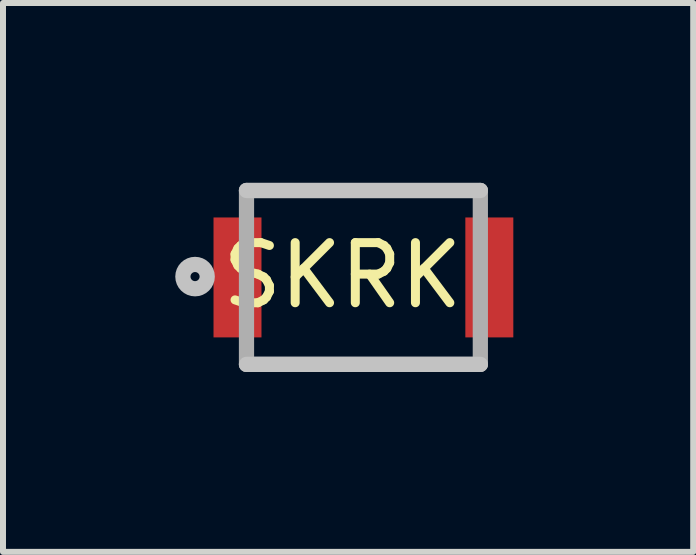
<source format=kicad_pcb>
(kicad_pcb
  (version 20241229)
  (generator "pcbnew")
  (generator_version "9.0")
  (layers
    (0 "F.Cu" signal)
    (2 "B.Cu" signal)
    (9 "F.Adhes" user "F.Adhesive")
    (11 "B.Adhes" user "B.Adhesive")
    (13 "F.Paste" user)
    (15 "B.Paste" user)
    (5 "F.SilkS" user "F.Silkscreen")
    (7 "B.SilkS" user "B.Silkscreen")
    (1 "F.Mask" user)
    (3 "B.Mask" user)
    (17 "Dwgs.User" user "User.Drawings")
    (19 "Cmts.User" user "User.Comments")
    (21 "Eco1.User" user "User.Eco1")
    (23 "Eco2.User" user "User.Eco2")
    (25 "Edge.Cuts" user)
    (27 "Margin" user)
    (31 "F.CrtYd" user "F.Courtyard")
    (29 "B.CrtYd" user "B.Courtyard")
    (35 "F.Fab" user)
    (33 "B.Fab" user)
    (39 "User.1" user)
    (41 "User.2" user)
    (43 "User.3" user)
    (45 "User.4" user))
  (footprint "SKRK"
    (layer "F.Cu")
    (at 3.011 1.577)
    (property "Reference" "SKRK" (at -0.35 -0.034 0) (layer "F.SilkS") (effects (font (size 1.003 1.003) (thickness 0.15))))
    (attr smd)
    (fp_line (start -1.95 -1.45) (end 1.95 -1.45) (stroke (width 0.254) (type solid)) (layer "Dwgs.User"))
    (fp_line (start 1.95 1.45) (end -1.95 1.45) (stroke (width 0.254) (type solid)) (layer "Dwgs.User"))
    (fp_circle (center -2.808 -0.014) (end -2.732 -0.014) (stroke (width 0.254) (type solid)) (fill no) (layer "Dwgs.User"))
    (fp_line (start -1.95 -1.45) (end 1.95 -1.45) (stroke (width 0.254) (type solid)) (layer "F.Fab"))
    (fp_line (start -1.95 1.45) (end -1.95 -1.45) (stroke (width 0.254) (type solid)) (layer "F.Fab"))
    (fp_line (start 1.95 -1.45) (end 1.95 1.45) (stroke (width 0.254) (type solid)) (layer "F.Fab"))
    (fp_line (start 1.95 1.45) (end -1.95 1.45) (stroke (width 0.254) (type solid)) (layer "F.Fab"))
    (pad "1" smd rect (at -2.1 0) (size 0.8 2) (layers "F.Cu" "F.Mask" "F.Paste"))
    (pad "2" smd rect (at 2.1 0) (size 0.8 2) (layers "F.Cu" "F.Mask" "F.Paste")))
  (gr_rect
    (start -3 -3)
    (end 8.511 6.154)
    (stroke (width 0.1) (type default))
    (fill no)
    (layer "Edge.Cuts")))
</source>
